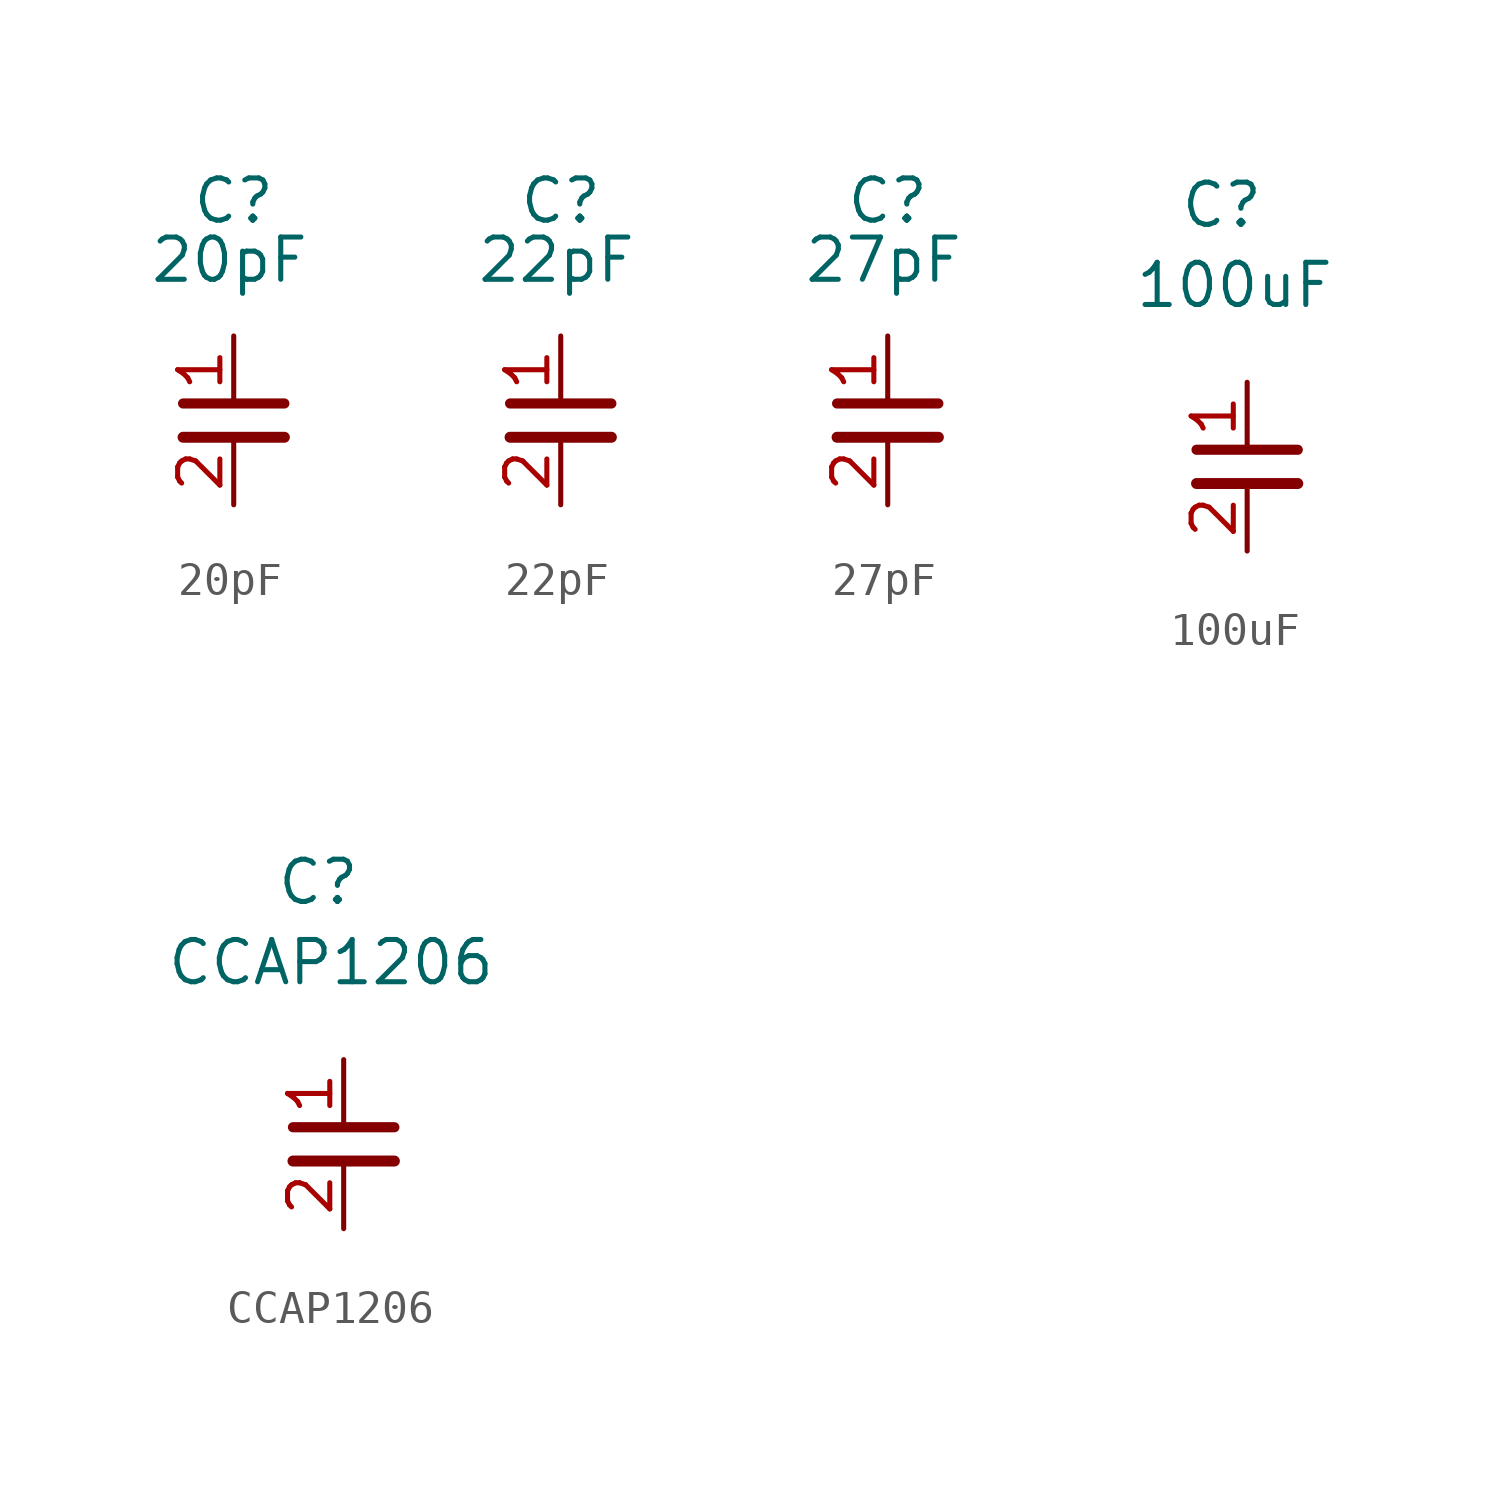
<source format=kicad_sym>
(kicad_symbol_lib
  (version 20241209)
  (generator "kicad_symbol_editor")
  (generator_version "9.0")
  (symbol "20pF"
    (pin_names
      (offset 1.016))
    (property "Reference" "C"
      (at 0 6.604 0)
      (effects (font (size 1.27 1.27))))
    (property "Value" "20pF"
      (at -0.127 4.826 0)
      (effects (font (size 1.27 1.27))))
    (symbol "20pF_1_1"
      (polyline (pts (xy -1.524 0.508) (xy 1.524 0.508)) (stroke (width 0.305) (type solid)) (fill (type none)))
      (polyline (pts (xy -1.524 -0.508) (xy 1.524 -0.508)) (stroke (width 0.33) (type solid)) (fill (type none)))
      (pin passive line (at 0 2.54 270) (length 2.032) (name "~" (effects (font (size 1.27 1.27)))) (number "1" (effects (font (size 1.27 1.27)))))
      (pin passive line (at 0 -2.54 90) (length 2.032) (name "~" (effects (font (size 1.27 1.27)))) (number "2" (effects (font (size 1.27 1.27)))))))
  (symbol "22pF"
    (pin_names
      (offset 1.016))
    (property "Reference" "C"
      (at 0 6.604 0)
      (effects (font (size 1.27 1.27))))
    (property "Value" "22pF"
      (at -0.127 4.826 0)
      (effects (font (size 1.27 1.27))))
    (symbol "22pF_1_1"
      (polyline (pts (xy -1.524 0.508) (xy 1.524 0.508)) (stroke (width 0.305) (type solid)) (fill (type none)))
      (polyline (pts (xy -1.524 -0.508) (xy 1.524 -0.508)) (stroke (width 0.33) (type solid)) (fill (type none)))
      (pin passive line (at 0 2.54 270) (length 2.032) (name "~" (effects (font (size 1.27 1.27)))) (number "1" (effects (font (size 1.27 1.27)))))
      (pin passive line (at 0 -2.54 90) (length 2.032) (name "~" (effects (font (size 1.27 1.27)))) (number "2" (effects (font (size 1.27 1.27)))))))
  (symbol "27pF"
    (pin_names
      (offset 1.016))
    (property "Reference" "C"
      (at 0 6.604 0)
      (effects (font (size 1.27 1.27))))
    (property "Value" "27pF"
      (at -0.127 4.826 0)
      (effects (font (size 1.27 1.27))))
    (symbol "27pF_1_1"
      (polyline (pts (xy -1.524 0.508) (xy 1.524 0.508)) (stroke (width 0.305) (type solid)) (fill (type none)))
      (polyline (pts (xy -1.524 -0.508) (xy 1.524 -0.508)) (stroke (width 0.33) (type solid)) (fill (type none)))
      (pin passive line (at 0 2.54 270) (length 2.032) (name "~" (effects (font (size 1.27 1.27)))) (number "1" (effects (font (size 1.27 1.27)))))
      (pin passive line (at 0 -2.54 90) (length 2.032) (name "~" (effects (font (size 1.27 1.27)))) (number "2" (effects (font (size 1.27 1.27)))))))
  (symbol "100uF"
    (pin_names
      (offset 1.016))
    (property "Reference" "C"
      (at -0.762 7.874 0)
      (effects (font (size 1.27 1.27))))
    (property "Value" "100uF"
      (at -0.381 5.461 0)
      (effects (font (size 1.27 1.27))))
    (symbol "100uF_1_1"
      (polyline (pts (xy -1.524 0.508) (xy 1.524 0.508)) (stroke (width 0.305) (type solid)) (fill (type none)))
      (polyline (pts (xy -1.524 -0.508) (xy 1.524 -0.508)) (stroke (width 0.33) (type solid)) (fill (type none)))
      (pin passive line (at 0 2.54 270) (length 2.032) (name "~" (effects (font (size 1.27 1.27)))) (number "1" (effects (font (size 1.27 1.27)))))
      (pin passive line (at 0 -2.54 90) (length 2.032) (name "~" (effects (font (size 1.27 1.27)))) (number "2" (effects (font (size 1.27 1.27)))))))
  (symbol "CCAP1206"
    (pin_names
      (offset 1.016))
    (property "Reference" "C"
      (at -0.762 7.874 0)
      (effects (font (size 1.27 1.27))))
    (property "Value" "CCAP1206"
      (at -0.381 5.461 0)
      (effects (font (size 1.27 1.27))))
    (symbol "CCAP1206_1_1"
      (polyline (pts (xy -1.524 0.508) (xy 1.524 0.508)) (stroke (width 0.305) (type solid)) (fill (type none)))
      (polyline (pts (xy -1.524 -0.508) (xy 1.524 -0.508)) (stroke (width 0.33) (type solid)) (fill (type none)))
      (pin passive line (at 0 2.54 270) (length 2.032) (name "~" (effects (font (size 1.27 1.27)))) (number "1" (effects (font (size 1.27 1.27)))))
      (pin passive line (at 0 -2.54 90) (length 2.032) (name "~" (effects (font (size 1.27 1.27)))) (number "2" (effects (font (size 1.27 1.27))))))))
</source>
